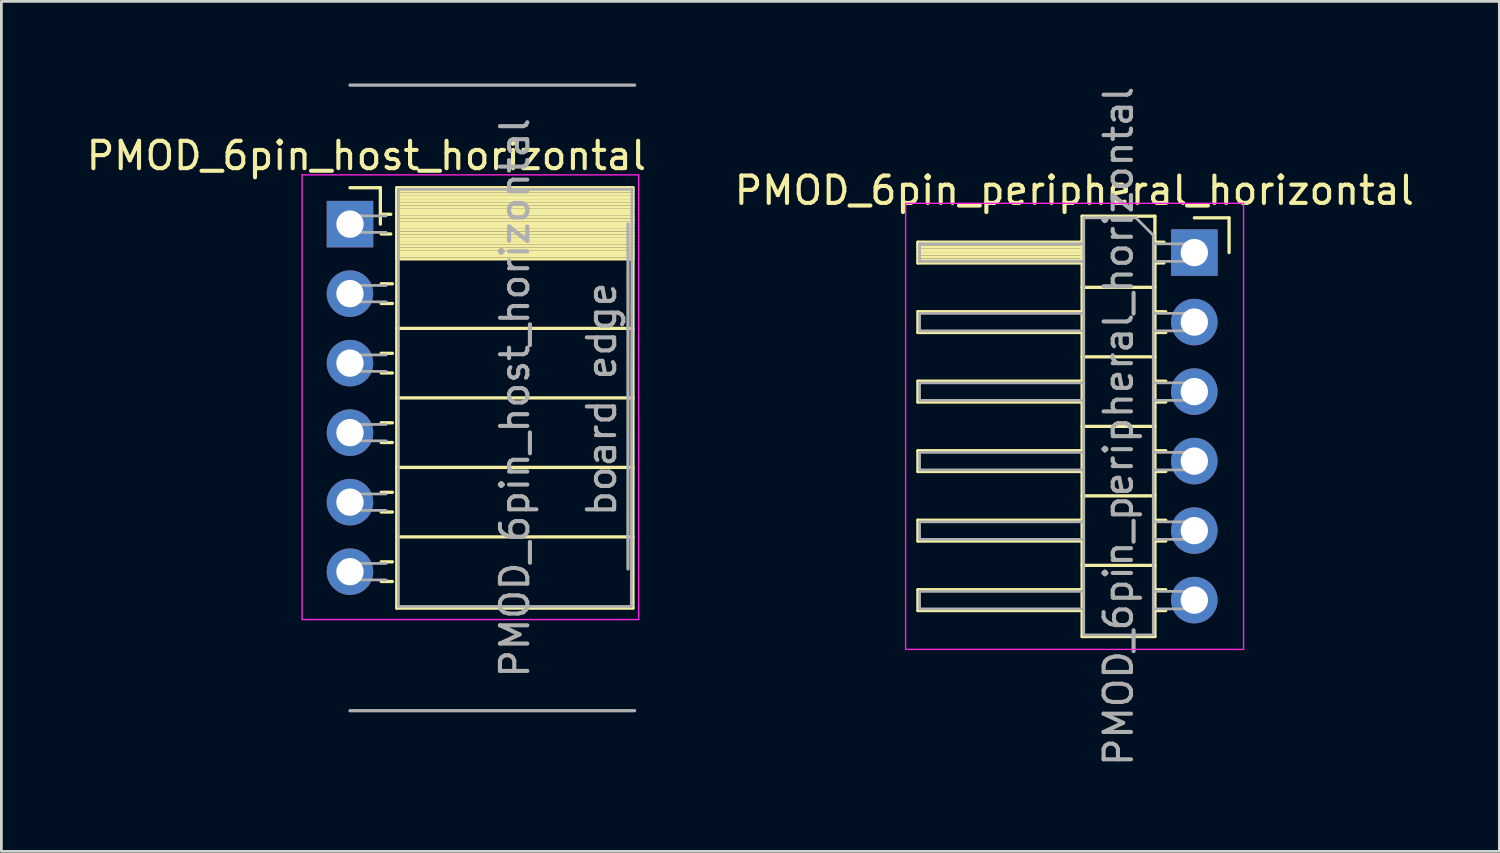
<source format=kicad_pcb>
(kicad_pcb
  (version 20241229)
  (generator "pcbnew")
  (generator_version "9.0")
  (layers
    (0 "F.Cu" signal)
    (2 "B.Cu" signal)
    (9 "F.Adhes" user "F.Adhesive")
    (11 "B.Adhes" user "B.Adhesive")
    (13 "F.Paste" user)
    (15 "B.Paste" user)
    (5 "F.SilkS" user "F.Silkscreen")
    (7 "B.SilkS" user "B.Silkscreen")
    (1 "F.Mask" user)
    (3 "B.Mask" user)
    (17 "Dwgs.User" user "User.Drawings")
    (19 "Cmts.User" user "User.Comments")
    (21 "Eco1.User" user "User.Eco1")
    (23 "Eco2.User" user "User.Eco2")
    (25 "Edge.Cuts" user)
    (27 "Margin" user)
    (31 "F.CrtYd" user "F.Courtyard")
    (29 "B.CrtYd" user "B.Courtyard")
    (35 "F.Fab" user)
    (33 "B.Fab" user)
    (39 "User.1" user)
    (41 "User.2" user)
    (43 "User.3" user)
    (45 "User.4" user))
  (footprint "PMOD_6pin_host_horizontal"
    (layer "F.Cu")
    (at 9.739 5.14)
    (property "Reference" "PMOD_6pin_host_horizontal" (at 0.6 -2.5 0) (layer "F.SilkS") (effects (font (size 1 1) (thickness 0.15))))
    (attr through_hole)
    (fp_line (start 0 -1.33) (end 1.11 -1.33) (stroke (width 0.12) (type solid)) (layer "F.SilkS"))
    (fp_line (start 1.11 -1.33) (end 1.11 0) (stroke (width 0.12) (type solid)) (layer "F.SilkS"))
    (fp_line (start 1.14 -0.36) (end 1.49 -0.36) (stroke (width 0.12) (type solid)) (layer "F.SilkS"))
    (fp_line (start 1.14 0.36) (end 1.49 0.36) (stroke (width 0.12) (type solid)) (layer "F.SilkS"))
    (fp_line (start 1.14 2.18) (end 1.55 2.18) (stroke (width 0.12) (type solid)) (layer "F.SilkS"))
    (fp_line (start 1.14 2.9) (end 1.55 2.9) (stroke (width 0.12) (type solid)) (layer "F.SilkS"))
    (fp_line (start 1.14 4.72) (end 1.55 4.72) (stroke (width 0.12) (type solid)) (layer "F.SilkS"))
    (fp_line (start 1.14 5.44) (end 1.55 5.44) (stroke (width 0.12) (type solid)) (layer "F.SilkS"))
    (fp_line (start 1.14 7.26) (end 1.55 7.26) (stroke (width 0.12) (type solid)) (layer "F.SilkS"))
    (fp_line (start 1.14 7.98) (end 1.55 7.98) (stroke (width 0.12) (type solid)) (layer "F.SilkS"))
    (fp_line (start 1.14 9.8) (end 1.55 9.8) (stroke (width 0.12) (type solid)) (layer "F.SilkS"))
    (fp_line (start 1.14 10.52) (end 1.55 10.52) (stroke (width 0.12) (type solid)) (layer "F.SilkS"))
    (fp_line (start 1.14 12.34) (end 1.55 12.34) (stroke (width 0.12) (type solid)) (layer "F.SilkS"))
    (fp_line (start 1.14 13.06) (end 1.55 13.06) (stroke (width 0.12) (type solid)) (layer "F.SilkS"))
    (fp_line (start 1.71 -1.33) (end 1.71 14.03) (stroke (width 0.12) (type solid)) (layer "F.SilkS"))
    (fp_line (start 1.71 -1.33) (end 10.34 -1.33) (stroke (width 0.12) (type solid)) (layer "F.SilkS"))
    (fp_line (start 1.71 -1.21) (end 10.34 -1.21) (stroke (width 0.12) (type solid)) (layer "F.SilkS"))
    (fp_line (start 1.71 -1.092) (end 10.34 -1.092) (stroke (width 0.12) (type solid)) (layer "F.SilkS"))
    (fp_line (start 1.71 -0.974) (end 10.34 -0.974) (stroke (width 0.12) (type solid)) (layer "F.SilkS"))
    (fp_line (start 1.71 -0.856) (end 10.34 -0.856) (stroke (width 0.12) (type solid)) (layer "F.SilkS"))
    (fp_line (start 1.71 -0.738) (end 10.34 -0.738) (stroke (width 0.12) (type solid)) (layer "F.SilkS"))
    (fp_line (start 1.71 -0.62) (end 10.34 -0.62) (stroke (width 0.12) (type solid)) (layer "F.SilkS"))
    (fp_line (start 1.71 -0.501) (end 10.34 -0.501) (stroke (width 0.12) (type solid)) (layer "F.SilkS"))
    (fp_line (start 1.71 -0.383) (end 10.34 -0.383) (stroke (width 0.12) (type solid)) (layer "F.SilkS"))
    (fp_line (start 1.71 -0.265) (end 10.34 -0.265) (stroke (width 0.12) (type solid)) (layer "F.SilkS"))
    (fp_line (start 1.71 -0.147) (end 10.34 -0.147) (stroke (width 0.12) (type solid)) (layer "F.SilkS"))
    (fp_line (start 1.71 -0.029) (end 10.34 -0.029) (stroke (width 0.12) (type solid)) (layer "F.SilkS"))
    (fp_line (start 1.71 0.089) (end 10.34 0.089) (stroke (width 0.12) (type solid)) (layer "F.SilkS"))
    (fp_line (start 1.71 0.207) (end 10.34 0.207) (stroke (width 0.12) (type solid)) (layer "F.SilkS"))
    (fp_line (start 1.71 0.325) (end 10.34 0.325) (stroke (width 0.12) (type solid)) (layer "F.SilkS"))
    (fp_line (start 1.71 0.443) (end 10.34 0.443) (stroke (width 0.12) (type solid)) (layer "F.SilkS"))
    (fp_line (start 1.71 0.561) (end 10.34 0.561) (stroke (width 0.12) (type solid)) (layer "F.SilkS"))
    (fp_line (start 1.71 0.68) (end 10.34 0.68) (stroke (width 0.12) (type solid)) (layer "F.SilkS"))
    (fp_line (start 1.71 0.798) (end 10.34 0.798) (stroke (width 0.12) (type solid)) (layer "F.SilkS"))
    (fp_line (start 1.71 0.916) (end 10.34 0.916) (stroke (width 0.12) (type solid)) (layer "F.SilkS"))
    (fp_line (start 1.71 1.034) (end 10.34 1.034) (stroke (width 0.12) (type solid)) (layer "F.SilkS"))
    (fp_line (start 1.71 1.152) (end 10.34 1.152) (stroke (width 0.12) (type solid)) (layer "F.SilkS"))
    (fp_line (start 1.71 1.27) (end 10.34 1.27) (stroke (width 0.12) (type solid)) (layer "F.SilkS"))
    (fp_line (start 1.71 3.81) (end 10.34 3.81) (stroke (width 0.12) (type solid)) (layer "F.SilkS"))
    (fp_line (start 1.71 6.35) (end 10.34 6.35) (stroke (width 0.12) (type solid)) (layer "F.SilkS"))
    (fp_line (start 1.71 8.89) (end 10.34 8.89) (stroke (width 0.12) (type solid)) (layer "F.SilkS"))
    (fp_line (start 1.71 11.43) (end 10.34 11.43) (stroke (width 0.12) (type solid)) (layer "F.SilkS"))
    (fp_line (start 1.71 14.03) (end 10.34 14.03) (stroke (width 0.12) (type solid)) (layer "F.SilkS"))
    (fp_line (start 10.34 -1.33) (end 10.34 14.03) (stroke (width 0.12) (type solid)) (layer "F.SilkS"))
    (fp_line (start -1.75 -1.8) (end -1.75 14.45) (stroke (width 0.05) (type solid)) (layer "F.CrtYd"))
    (fp_line (start -1.75 14.45) (end 10.55 14.45) (stroke (width 0.05) (type solid)) (layer "F.CrtYd"))
    (fp_line (start 10.55 -1.8) (end -1.75 -1.8) (stroke (width 0.05) (type solid)) (layer "F.CrtYd"))
    (fp_line (start 10.55 14.45) (end 10.55 -1.8) (stroke (width 0.05) (type solid)) (layer "F.CrtYd"))
    (fp_line (start -0.2 -0.3) (end -0.2 0.3) (stroke (width 0.1) (type solid)) (layer "F.Fab"))
    (fp_line (start -0.2 0.3) (end 1.32 0.3) (stroke (width 0.1) (type solid)) (layer "F.Fab"))
    (fp_line (start -0.2 2.24) (end -0.2 2.84) (stroke (width 0.1) (type solid)) (layer "F.Fab"))
    (fp_line (start -0.2 2.84) (end 1.32 2.84) (stroke (width 0.1) (type solid)) (layer "F.Fab"))
    (fp_line (start -0.2 4.78) (end -0.2 5.38) (stroke (width 0.1) (type solid)) (layer "F.Fab"))
    (fp_line (start -0.2 5.38) (end 1.32 5.38) (stroke (width 0.1) (type solid)) (layer "F.Fab"))
    (fp_line (start -0.2 7.32) (end -0.2 7.92) (stroke (width 0.1) (type solid)) (layer "F.Fab"))
    (fp_line (start -0.2 7.92) (end 1.32 7.92) (stroke (width 0.1) (type solid)) (layer "F.Fab"))
    (fp_line (start -0.2 9.86) (end -0.2 10.46) (stroke (width 0.1) (type solid)) (layer "F.Fab"))
    (fp_line (start -0.2 10.46) (end 1.32 10.46) (stroke (width 0.1) (type solid)) (layer "F.Fab"))
    (fp_line (start -0.2 12.4) (end -0.2 13) (stroke (width 0.1) (type solid)) (layer "F.Fab"))
    (fp_line (start -0.2 13) (end 1.32 13) (stroke (width 0.1) (type solid)) (layer "F.Fab"))
    (fp_line (start 0 -5.08) (end 10.4 -5.08) (stroke (width 0.12) (type solid)) (layer "F.Fab"))
    (fp_line (start 0 17.78) (end 10.4 17.78) (stroke (width 0.12) (type solid)) (layer "F.Fab"))
    (fp_line (start 1.32 -0.3) (end -0.2 -0.3) (stroke (width 0.1) (type solid)) (layer "F.Fab"))
    (fp_line (start 1.32 2.24) (end -0.2 2.24) (stroke (width 0.1) (type solid)) (layer "F.Fab"))
    (fp_line (start 1.32 4.78) (end -0.2 4.78) (stroke (width 0.1) (type solid)) (layer "F.Fab"))
    (fp_line (start 1.32 7.32) (end -0.2 7.32) (stroke (width 0.1) (type solid)) (layer "F.Fab"))
    (fp_line (start 1.32 9.86) (end -0.2 9.86) (stroke (width 0.1) (type solid)) (layer "F.Fab"))
    (fp_line (start 1.32 12.4) (end -0.2 12.4) (stroke (width 0.1) (type solid)) (layer "F.Fab"))
    (fp_line (start 1.77 -1.27) (end 10.3 -1.27) (stroke (width 0.1) (type solid)) (layer "F.Fab"))
    (fp_line (start 1.77 13.97) (end 1.77 -1.27) (stroke (width 0.1) (type solid)) (layer "F.Fab"))
    (fp_line (start 10.16 0) (end 10.16 12.6) (stroke (width 0.12) (type solid)) (layer "F.Fab"))
    (fp_line (start 10.28 13.97) (end 1.77 13.97) (stroke (width 0.1) (type solid)) (layer "F.Fab"))
    (fp_line (start 10.3 -1.3) (end 10.28 13.97) (stroke (width 0.1) (type solid)) (layer "F.Fab"))
    (fp_text user "${REFERENCE}" (at 6.025 6.35 90) (layer "F.Fab") (effects (font (size 1 1) (thickness 0.15))))
    (fp_text user "board edge" (at 9.2 6.4 90) (layer "F.Fab") (effects (font (size 1 1) (thickness 0.15))))
    (pad "1" thru_hole rect (at 0 0) (size 1.7 1.7) (drill 1) (layers "*.Cu" "*.Mask"))
    (pad "2" thru_hole oval (at 0 2.54) (size 1.7 1.7) (drill 1) (layers "*.Cu" "*.Mask"))
    (pad "3" thru_hole oval (at 0 5.08) (size 1.7 1.7) (drill 1) (layers "*.Cu" "*.Mask"))
    (pad "4" thru_hole oval (at 0 7.62) (size 1.7 1.7) (drill 1) (layers "*.Cu" "*.Mask"))
    (pad "5" thru_hole oval (at 0 10.16) (size 1.7 1.7) (drill 1) (layers "*.Cu" "*.Mask"))
    (pad "6" thru_hole oval (at 0 12.7) (size 1.7 1.7) (drill 1) (layers "*.Cu" "*.Mask")))
  (footprint "PMOD_6pin_peripheral_horizontal"
    (layer "F.Cu")
    (at 32.973 6.18)
    (property "Reference" "PMOD_6pin_peripheral_horizontal" (at 3.235 -2.27 0) (layer "F.SilkS") (effects (font (size 1 1) (thickness 0.15))))
    (attr through_hole)
    (fp_line (start -2.48 -0.38) (end -2.48 0.38) (stroke (width 0.12) (type solid)) (layer "F.SilkS"))
    (fp_line (start -2.48 0.38) (end 3.52 0.38) (stroke (width 0.12) (type solid)) (layer "F.SilkS"))
    (fp_line (start -2.48 2.16) (end -2.48 2.92) (stroke (width 0.12) (type solid)) (layer "F.SilkS"))
    (fp_line (start -2.48 2.92) (end 3.52 2.92) (stroke (width 0.12) (type solid)) (layer "F.SilkS"))
    (fp_line (start -2.48 4.7) (end -2.48 5.46) (stroke (width 0.12) (type solid)) (layer "F.SilkS"))
    (fp_line (start -2.48 5.46) (end 3.52 5.46) (stroke (width 0.12) (type solid)) (layer "F.SilkS"))
    (fp_line (start -2.48 7.24) (end -2.48 8) (stroke (width 0.12) (type solid)) (layer "F.SilkS"))
    (fp_line (start -2.48 8) (end 3.52 8) (stroke (width 0.12) (type solid)) (layer "F.SilkS"))
    (fp_line (start -2.48 9.78) (end -2.48 10.54) (stroke (width 0.12) (type solid)) (layer "F.SilkS"))
    (fp_line (start -2.48 10.54) (end 3.52 10.54) (stroke (width 0.12) (type solid)) (layer "F.SilkS"))
    (fp_line (start -2.48 12.32) (end -2.48 13.08) (stroke (width 0.12) (type solid)) (layer "F.SilkS"))
    (fp_line (start -2.48 13.08) (end 3.52 13.08) (stroke (width 0.12) (type solid)) (layer "F.SilkS"))
    (fp_line (start 3.52 -1.33) (end 6.18 -1.33) (stroke (width 0.12) (type solid)) (layer "F.SilkS"))
    (fp_line (start 3.52 -0.38) (end -2.48 -0.38) (stroke (width 0.12) (type solid)) (layer "F.SilkS"))
    (fp_line (start 3.52 -0.32) (end -2.48 -0.32) (stroke (width 0.12) (type solid)) (layer "F.SilkS"))
    (fp_line (start 3.52 -0.2) (end -2.48 -0.2) (stroke (width 0.12) (type solid)) (layer "F.SilkS"))
    (fp_line (start 3.52 -0.08) (end -2.48 -0.08) (stroke (width 0.12) (type solid)) (layer "F.SilkS"))
    (fp_line (start 3.52 0.04) (end -2.48 0.04) (stroke (width 0.12) (type solid)) (layer "F.SilkS"))
    (fp_line (start 3.52 0.16) (end -2.48 0.16) (stroke (width 0.12) (type solid)) (layer "F.SilkS"))
    (fp_line (start 3.52 0.28) (end -2.48 0.28) (stroke (width 0.12) (type solid)) (layer "F.SilkS"))
    (fp_line (start 3.52 2.16) (end -2.48 2.16) (stroke (width 0.12) (type solid)) (layer "F.SilkS"))
    (fp_line (start 3.52 4.7) (end -2.48 4.7) (stroke (width 0.12) (type solid)) (layer "F.SilkS"))
    (fp_line (start 3.52 7.24) (end -2.48 7.24) (stroke (width 0.12) (type solid)) (layer "F.SilkS"))
    (fp_line (start 3.52 9.78) (end -2.48 9.78) (stroke (width 0.12) (type solid)) (layer "F.SilkS"))
    (fp_line (start 3.52 12.32) (end -2.48 12.32) (stroke (width 0.12) (type solid)) (layer "F.SilkS"))
    (fp_line (start 3.52 14.03) (end 3.52 -1.33) (stroke (width 0.12) (type solid)) (layer "F.SilkS"))
    (fp_line (start 6.18 -1.33) (end 6.18 14.03) (stroke (width 0.12) (type solid)) (layer "F.SilkS"))
    (fp_line (start 6.18 1.27) (end 3.52 1.27) (stroke (width 0.12) (type solid)) (layer "F.SilkS"))
    (fp_line (start 6.18 3.81) (end 3.52 3.81) (stroke (width 0.12) (type solid)) (layer "F.SilkS"))
    (fp_line (start 6.18 6.35) (end 3.52 6.35) (stroke (width 0.12) (type solid)) (layer "F.SilkS"))
    (fp_line (start 6.18 8.89) (end 3.52 8.89) (stroke (width 0.12) (type solid)) (layer "F.SilkS"))
    (fp_line (start 6.18 11.43) (end 3.52 11.43) (stroke (width 0.12) (type solid)) (layer "F.SilkS"))
    (fp_line (start 6.18 14.03) (end 3.52 14.03) (stroke (width 0.12) (type solid)) (layer "F.SilkS"))
    (fp_line (start 6.51 -0.38) (end 6.18 -0.38) (stroke (width 0.12) (type solid)) (layer "F.SilkS"))
    (fp_line (start 6.51 0.38) (end 6.18 0.38) (stroke (width 0.12) (type solid)) (layer "F.SilkS"))
    (fp_line (start 6.577 2.16) (end 6.18 2.16) (stroke (width 0.12) (type solid)) (layer "F.SilkS"))
    (fp_line (start 6.577 2.92) (end 6.18 2.92) (stroke (width 0.12) (type solid)) (layer "F.SilkS"))
    (fp_line (start 6.577 4.7) (end 6.18 4.7) (stroke (width 0.12) (type solid)) (layer "F.SilkS"))
    (fp_line (start 6.577 5.46) (end 6.18 5.46) (stroke (width 0.12) (type solid)) (layer "F.SilkS"))
    (fp_line (start 6.577 7.24) (end 6.18 7.24) (stroke (width 0.12) (type solid)) (layer "F.SilkS"))
    (fp_line (start 6.577 8) (end 6.18 8) (stroke (width 0.12) (type solid)) (layer "F.SilkS"))
    (fp_line (start 6.577 9.78) (end 6.18 9.78) (stroke (width 0.12) (type solid)) (layer "F.SilkS"))
    (fp_line (start 6.577 10.54) (end 6.18 10.54) (stroke (width 0.12) (type solid)) (layer "F.SilkS"))
    (fp_line (start 6.577 12.32) (end 6.18 12.32) (stroke (width 0.12) (type solid)) (layer "F.SilkS"))
    (fp_line (start 6.577 13.08) (end 6.18 13.08) (stroke (width 0.12) (type solid)) (layer "F.SilkS"))
    (fp_line (start 8.89 -1.27) (end 7.62 -1.27) (stroke (width 0.12) (type solid)) (layer "F.SilkS"))
    (fp_line (start 8.89 0) (end 8.89 -1.27) (stroke (width 0.12) (type solid)) (layer "F.SilkS"))
    (fp_line (start -2.93 -1.8) (end 9.42 -1.8) (stroke (width 0.05) (type solid)) (layer "F.CrtYd"))
    (fp_line (start -2.93 14.5) (end -2.93 -1.8) (stroke (width 0.05) (type solid)) (layer "F.CrtYd"))
    (fp_line (start 9.42 -1.8) (end 9.42 14.5) (stroke (width 0.05) (type solid)) (layer "F.CrtYd"))
    (fp_line (start 9.42 14.5) (end -2.93 14.5) (stroke (width 0.05) (type solid)) (layer "F.CrtYd"))
    (fp_line (start -2.42 -0.32) (end -2.42 0.32) (stroke (width 0.1) (type solid)) (layer "F.Fab"))
    (fp_line (start -2.42 2.22) (end -2.42 2.86) (stroke (width 0.1) (type solid)) (layer "F.Fab"))
    (fp_line (start -2.42 4.76) (end -2.42 5.4) (stroke (width 0.1) (type solid)) (layer "F.Fab"))
    (fp_line (start -2.42 7.3) (end -2.42 7.94) (stroke (width 0.1) (type solid)) (layer "F.Fab"))
    (fp_line (start -2.42 9.84) (end -2.42 10.48) (stroke (width 0.1) (type solid)) (layer "F.Fab"))
    (fp_line (start -2.42 12.38) (end -2.42 13.02) (stroke (width 0.1) (type solid)) (layer "F.Fab"))
    (fp_line (start 3.58 -1.27) (end 3.58 13.97) (stroke (width 0.1) (type solid)) (layer "F.Fab"))
    (fp_line (start 3.58 -0.32) (end -2.42 -0.32) (stroke (width 0.1) (type solid)) (layer "F.Fab"))
    (fp_line (start 3.58 0.32) (end -2.42 0.32) (stroke (width 0.1) (type solid)) (layer "F.Fab"))
    (fp_line (start 3.58 2.22) (end -2.42 2.22) (stroke (width 0.1) (type solid)) (layer "F.Fab"))
    (fp_line (start 3.58 2.86) (end -2.42 2.86) (stroke (width 0.1) (type solid)) (layer "F.Fab"))
    (fp_line (start 3.58 4.76) (end -2.42 4.76) (stroke (width 0.1) (type solid)) (layer "F.Fab"))
    (fp_line (start 3.58 5.4) (end -2.42 5.4) (stroke (width 0.1) (type solid)) (layer "F.Fab"))
    (fp_line (start 3.58 7.3) (end -2.42 7.3) (stroke (width 0.1) (type solid)) (layer "F.Fab"))
    (fp_line (start 3.58 7.94) (end -2.42 7.94) (stroke (width 0.1) (type solid)) (layer "F.Fab"))
    (fp_line (start 3.58 9.84) (end -2.42 9.84) (stroke (width 0.1) (type solid)) (layer "F.Fab"))
    (fp_line (start 3.58 10.48) (end -2.42 10.48) (stroke (width 0.1) (type solid)) (layer "F.Fab"))
    (fp_line (start 3.58 12.38) (end -2.42 12.38) (stroke (width 0.1) (type solid)) (layer "F.Fab"))
    (fp_line (start 3.58 13.02) (end -2.42 13.02) (stroke (width 0.1) (type solid)) (layer "F.Fab"))
    (fp_line (start 3.58 13.97) (end 6.12 13.97) (stroke (width 0.1) (type solid)) (layer "F.Fab"))
    (fp_line (start 5.485 -1.27) (end 3.58 -1.27) (stroke (width 0.1) (type solid)) (layer "F.Fab"))
    (fp_line (start 6.12 -0.635) (end 5.485 -1.27) (stroke (width 0.1) (type solid)) (layer "F.Fab"))
    (fp_line (start 6.12 13.97) (end 6.12 -0.635) (stroke (width 0.1) (type solid)) (layer "F.Fab"))
    (fp_line (start 7.94 -0.32) (end 6.12 -0.32) (stroke (width 0.1) (type solid)) (layer "F.Fab"))
    (fp_line (start 7.94 -0.32) (end 7.94 0.32) (stroke (width 0.1) (type solid)) (layer "F.Fab"))
    (fp_line (start 7.94 0.32) (end 6.12 0.32) (stroke (width 0.1) (type solid)) (layer "F.Fab"))
    (fp_line (start 7.94 2.22) (end 6.12 2.22) (stroke (width 0.1) (type solid)) (layer "F.Fab"))
    (fp_line (start 7.94 2.22) (end 7.94 2.86) (stroke (width 0.1) (type solid)) (layer "F.Fab"))
    (fp_line (start 7.94 2.86) (end 6.12 2.86) (stroke (width 0.1) (type solid)) (layer "F.Fab"))
    (fp_line (start 7.94 4.76) (end 6.12 4.76) (stroke (width 0.1) (type solid)) (layer "F.Fab"))
    (fp_line (start 7.94 4.76) (end 7.94 5.4) (stroke (width 0.1) (type solid)) (layer "F.Fab"))
    (fp_line (start 7.94 5.4) (end 6.12 5.4) (stroke (width 0.1) (type solid)) (layer "F.Fab"))
    (fp_line (start 7.94 7.3) (end 6.12 7.3) (stroke (width 0.1) (type solid)) (layer "F.Fab"))
    (fp_line (start 7.94 7.3) (end 7.94 7.94) (stroke (width 0.1) (type solid)) (layer "F.Fab"))
    (fp_line (start 7.94 7.94) (end 6.12 7.94) (stroke (width 0.1) (type solid)) (layer "F.Fab"))
    (fp_line (start 7.94 9.84) (end 6.12 9.84) (stroke (width 0.1) (type solid)) (layer "F.Fab"))
    (fp_line (start 7.94 9.84) (end 7.94 10.48) (stroke (width 0.1) (type solid)) (layer "F.Fab"))
    (fp_line (start 7.94 10.48) (end 6.12 10.48) (stroke (width 0.1) (type solid)) (layer "F.Fab"))
    (fp_line (start 7.94 12.38) (end 6.12 12.38) (stroke (width 0.1) (type solid)) (layer "F.Fab"))
    (fp_line (start 7.94 12.38) (end 7.94 13.02) (stroke (width 0.1) (type solid)) (layer "F.Fab"))
    (fp_line (start 7.94 13.02) (end 6.12 13.02) (stroke (width 0.1) (type solid)) (layer "F.Fab"))
    (fp_text user "${REFERENCE}" (at 4.85 6.35 90) (layer "F.Fab") (effects (font (size 1 1) (thickness 0.15))))
    (pad "1" thru_hole rect (at 7.62 0) (size 1.7 1.7) (drill 1) (layers "*.Cu" "*.Mask"))
    (pad "2" thru_hole oval (at 7.62 2.54) (size 1.7 1.7) (drill 1) (layers "*.Cu" "*.Mask"))
    (pad "3" thru_hole oval (at 7.62 5.08) (size 1.7 1.7) (drill 1) (layers "*.Cu" "*.Mask"))
    (pad "4" thru_hole oval (at 7.62 7.62) (size 1.7 1.7) (drill 1) (layers "*.Cu" "*.Mask"))
    (pad "5" thru_hole oval (at 7.62 10.16) (size 1.7 1.7) (drill 1) (layers "*.Cu" "*.Mask"))
    (pad "6" thru_hole oval (at 7.62 12.7) (size 1.7 1.7) (drill 1) (layers "*.Cu" "*.Mask")))
  (gr_rect
    (start -3 -3)
    (end 51.738 28.06)
    (stroke (width 0.1) (type default))
    (fill no)
    (layer "Edge.Cuts")))
</source>
